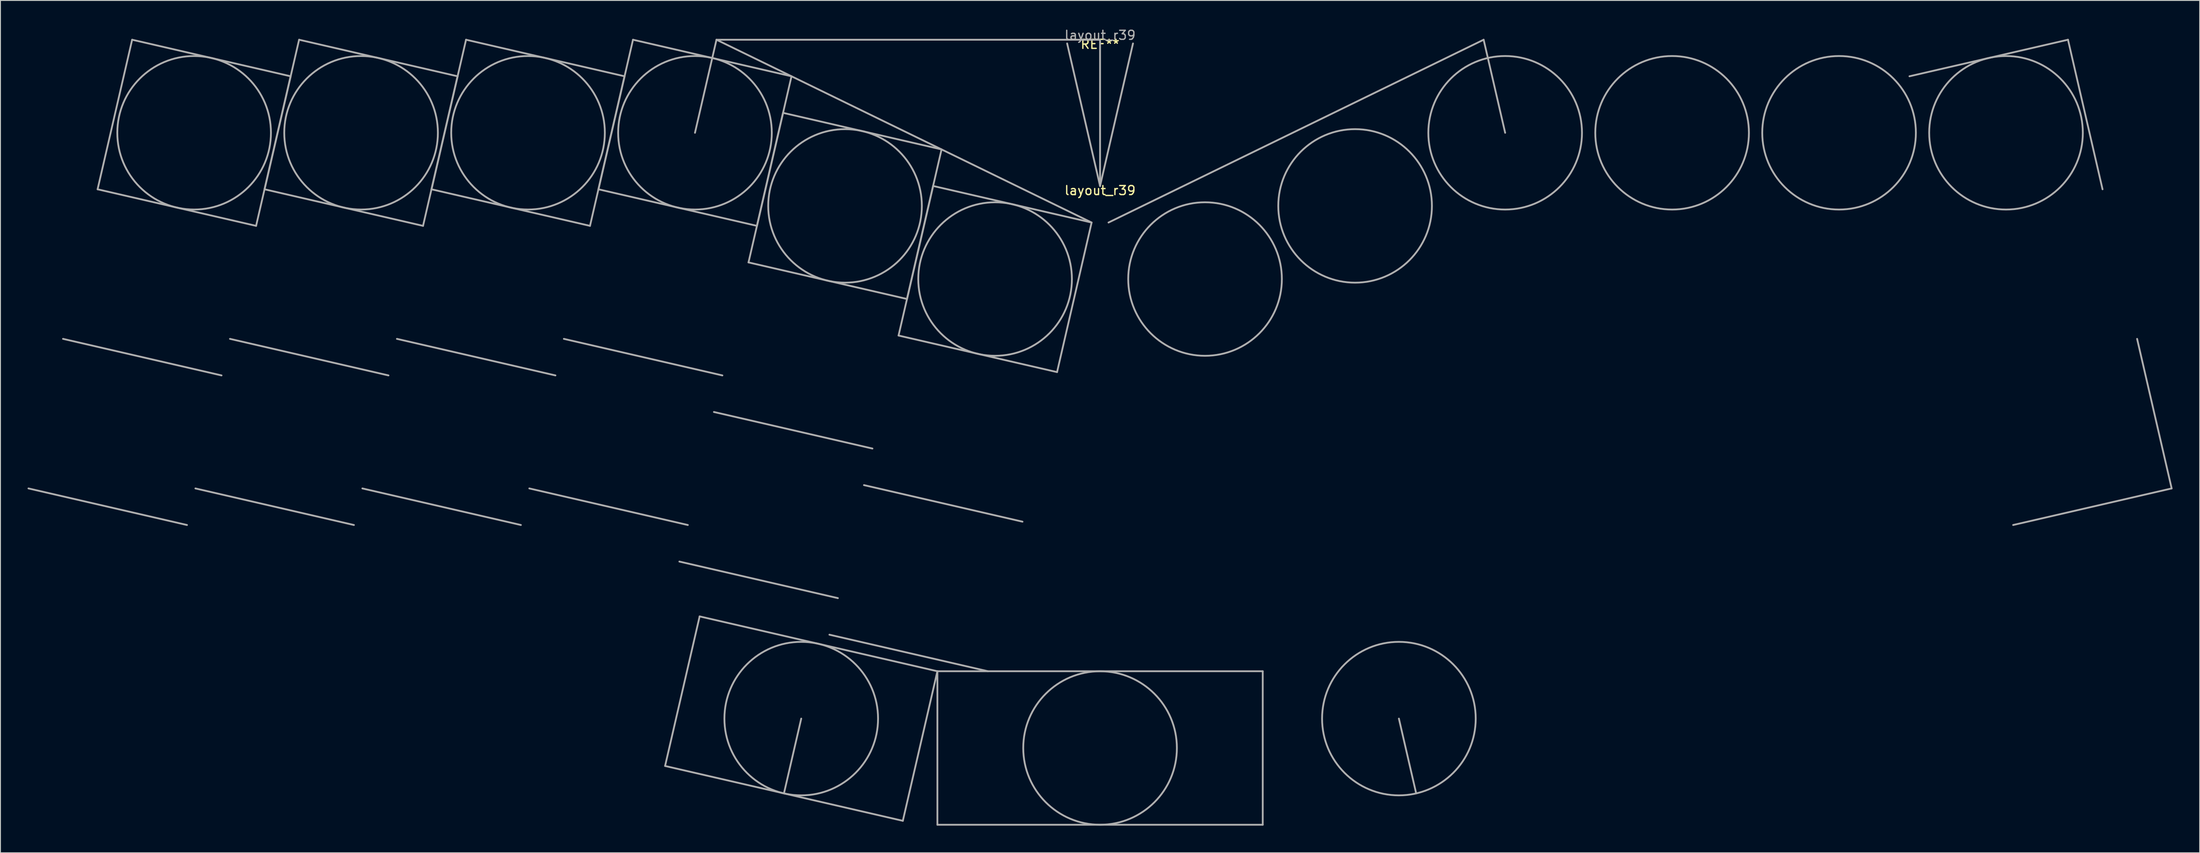
<source format=kicad_pcb>
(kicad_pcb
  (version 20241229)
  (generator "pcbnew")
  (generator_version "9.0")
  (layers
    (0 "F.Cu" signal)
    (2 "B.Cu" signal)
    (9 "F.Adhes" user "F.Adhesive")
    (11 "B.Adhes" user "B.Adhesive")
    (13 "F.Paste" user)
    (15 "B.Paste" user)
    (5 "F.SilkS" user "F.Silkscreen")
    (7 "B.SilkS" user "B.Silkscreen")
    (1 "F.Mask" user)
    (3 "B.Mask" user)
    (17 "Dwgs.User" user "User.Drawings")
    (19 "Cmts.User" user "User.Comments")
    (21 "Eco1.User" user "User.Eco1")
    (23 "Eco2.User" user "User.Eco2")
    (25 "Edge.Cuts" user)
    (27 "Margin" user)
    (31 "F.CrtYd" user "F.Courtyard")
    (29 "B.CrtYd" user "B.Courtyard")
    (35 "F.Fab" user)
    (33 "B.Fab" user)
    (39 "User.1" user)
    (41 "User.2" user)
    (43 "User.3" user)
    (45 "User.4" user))
  (footprint "layout_r39"
    (layer "F.Cu")
    (at 118.674 17.545)
    (property "Reference" "layout_r39" (at 0 0.5 0) (layer "F.SilkS") (effects (font (size 1 1) (thickness 0.15))))
    (attr through_hole)
    (fp_line (start -110.926 0.368) (end -93.387 4.417) (stroke (width 0.2) (type solid)) (layer "F.Fab"))
    (fp_line (start -107.102 -16.196) (end -110.926 0.368) (stroke (width 0.2) (type solid)) (layer "F.Fab"))
    (fp_line (start -101.035 37.546) (end -118.574 33.496) (stroke (width 0.2) (type solid)) (layer "F.Fab"))
    (fp_line (start -97.211 20.981) (end -114.75 16.932) (stroke (width 0.2) (type solid)) (layer "F.Fab"))
    (fp_line (start -93.387 4.417) (end -89.563 -12.147) (stroke (width 0.2) (type solid)) (layer "F.Fab"))
    (fp_line (start -92.452 0.368) (end -74.914 4.417) (stroke (width 0.2) (type solid)) (layer "F.Fab"))
    (fp_line (start -89.563 -12.147) (end -107.102 -16.196) (stroke (width 0.2) (type solid)) (layer "F.Fab"))
    (fp_line (start -88.628 -16.196) (end -92.452 0.368) (stroke (width 0.2) (type solid)) (layer "F.Fab"))
    (fp_line (start -82.562 37.546) (end -100.101 33.496) (stroke (width 0.2) (type solid)) (layer "F.Fab"))
    (fp_line (start -78.738 20.981) (end -96.276 16.932) (stroke (width 0.2) (type solid)) (layer "F.Fab"))
    (fp_line (start -74.914 4.417) (end -71.089 -12.147) (stroke (width 0.2) (type solid)) (layer "F.Fab"))
    (fp_line (start -73.979 0.368) (end -56.44 4.417) (stroke (width 0.2) (type solid)) (layer "F.Fab"))
    (fp_line (start -71.089 -12.147) (end -88.628 -16.196) (stroke (width 0.2) (type solid)) (layer "F.Fab"))
    (fp_line (start -70.155 -16.196) (end -73.979 0.368) (stroke (width 0.2) (type solid)) (layer "F.Fab"))
    (fp_line (start -64.088 37.546) (end -81.627 33.496) (stroke (width 0.2) (type solid)) (layer "F.Fab"))
    (fp_line (start -60.264 20.981) (end -77.803 16.932) (stroke (width 0.2) (type solid)) (layer "F.Fab"))
    (fp_line (start -56.44 4.417) (end -52.616 -12.147) (stroke (width 0.2) (type solid)) (layer "F.Fab"))
    (fp_line (start -55.505 0.368) (end -37.967 4.417) (stroke (width 0.2) (type solid)) (layer "F.Fab"))
    (fp_line (start -52.616 -12.147) (end -70.155 -16.196) (stroke (width 0.2) (type solid)) (layer "F.Fab"))
    (fp_line (start -51.681 -16.196) (end -55.505 0.368) (stroke (width 0.2) (type solid)) (layer "F.Fab"))
    (fp_line (start -48.132 64.233) (end -44.308 47.668) (stroke (width 0.2) (type solid)) (layer "F.Fab"))
    (fp_line (start -45.615 37.546) (end -63.154 33.496) (stroke (width 0.2) (type solid)) (layer "F.Fab"))
    (fp_line (start -44.308 47.668) (end -18 53.742) (stroke (width 0.2) (type solid)) (layer "F.Fab"))
    (fp_line (start -42.444 -16.196) (end -44.824 -5.89) (stroke (width 0.2) (type solid)) (layer "F.Fab"))
    (fp_line (start -42.444 -16.196) (end -0.935 4.049) (stroke (width 0.2) (type solid)) (layer "F.Fab"))
    (fp_line (start -41.791 20.981) (end -59.33 16.932) (stroke (width 0.2) (type solid)) (layer "F.Fab"))
    (fp_line (start -38.901 8.466) (end -21.363 12.515) (stroke (width 0.2) (type solid)) (layer "F.Fab"))
    (fp_line (start -37.967 4.417) (end -34.143 -12.147) (stroke (width 0.2) (type solid)) (layer "F.Fab"))
    (fp_line (start -35.077 -8.098) (end -38.901 8.466) (stroke (width 0.2) (type solid)) (layer "F.Fab"))
    (fp_line (start -34.143 -12.147) (end -51.681 -16.196) (stroke (width 0.2) (type solid)) (layer "F.Fab"))
    (fp_line (start -33.066 58.987) (end -34.978 67.269) (stroke (width 0.2) (type solid)) (layer "F.Fab"))
    (fp_line (start -29.011 45.644) (end -46.55 41.595) (stroke (width 0.2) (type solid)) (layer "F.Fab"))
    (fp_line (start -25.187 29.079) (end -42.726 25.03) (stroke (width 0.2) (type solid)) (layer "F.Fab"))
    (fp_line (start -22.298 16.564) (end -4.759 20.613) (stroke (width 0.2) (type solid)) (layer "F.Fab"))
    (fp_line (start -21.824 70.306) (end -48.132 64.233) (stroke (width 0.2) (type solid)) (layer "F.Fab"))
    (fp_line (start -21.363 12.515) (end -17.539 -4.049) (stroke (width 0.2) (type solid)) (layer "F.Fab"))
    (fp_line (start -18.473 0) (end -22.298 16.564) (stroke (width 0.2) (type solid)) (layer "F.Fab"))
    (fp_line (start -18 53.742) (end -21.824 70.306) (stroke (width 0.2) (type solid)) (layer "F.Fab"))
    (fp_line (start -18 53.742) (end 18 53.742) (stroke (width 0.2) (type solid)) (layer "F.Fab"))
    (fp_line (start -18 70.742) (end -18 53.742) (stroke (width 0.2) (type solid)) (layer "F.Fab"))
    (fp_line (start -17.539 -4.049) (end -35.077 -8.098) (stroke (width 0.2) (type solid)) (layer "F.Fab"))
    (fp_line (start -12.407 53.742) (end -29.946 49.693) (stroke (width 0.2) (type solid)) (layer "F.Fab"))
    (fp_line (start -8.583 37.178) (end -26.122 33.129) (stroke (width 0.2) (type solid)) (layer "F.Fab"))
    (fp_line (start -4.759 20.613) (end -0.935 4.049) (stroke (width 0.2) (type solid)) (layer "F.Fab"))
    (fp_line (start -0.935 4.049) (end -18.473 0) (stroke (width 0.2) (type solid)) (layer "F.Fab"))
    (fp_line (start 0 -16.196) (end -42.444 -16.196) (stroke (width 0.2) (type solid)) (layer "F.Fab"))
    (fp_line (start 0 -16.196) (end 0 0) (stroke (width 0.2) (type solid)) (layer "F.Fab"))
    (fp_line (start 0 0) (end -3.643 -15.781) (stroke (width 0.2) (type solid)) (layer "F.Fab"))
    (fp_line (start 0 0) (end 3.643 -15.781) (stroke (width 0.2) (type solid)) (layer "F.Fab"))
    (fp_line (start 18 53.742) (end 18 70.742) (stroke (width 0.2) (type solid)) (layer "F.Fab"))
    (fp_line (start 18 70.742) (end -18 70.742) (stroke (width 0.2) (type solid)) (layer "F.Fab"))
    (fp_line (start 33.066 58.987) (end 34.978 67.269) (stroke (width 0.2) (type solid)) (layer "F.Fab"))
    (fp_line (start 42.444 -16.196) (end 0.935 4.049) (stroke (width 0.2) (type solid)) (layer "F.Fab"))
    (fp_line (start 42.444 -16.196) (end 44.824 -5.89) (stroke (width 0.2) (type solid)) (layer "F.Fab"))
    (fp_line (start 101.035 37.546) (end 118.574 33.496) (stroke (width 0.2) (type solid)) (layer "F.Fab"))
    (fp_line (start 107.102 -16.196) (end 89.563 -12.147) (stroke (width 0.2) (type solid)) (layer "F.Fab"))
    (fp_line (start 110.926 0.368) (end 107.102 -16.196) (stroke (width 0.2) (type solid)) (layer "F.Fab"))
    (fp_line (start 118.574 33.496) (end 114.75 16.932) (stroke (width 0.2) (type solid)) (layer "F.Fab"))
    (fp_circle (center -100.244 -5.89) (end -91.744 -5.89) (stroke (width 0.2) (type solid)) (fill no) (layer "F.Fab"))
    (fp_circle (center -81.771 -5.89) (end -73.271 -5.89) (stroke (width 0.2) (type solid)) (fill no) (layer "F.Fab"))
    (fp_circle (center -63.297 -5.89) (end -54.797 -5.89) (stroke (width 0.2) (type solid)) (fill no) (layer "F.Fab"))
    (fp_circle (center -44.824 -5.89) (end -36.324 -5.89) (stroke (width 0.2) (type solid)) (fill no) (layer "F.Fab"))
    (fp_circle (center -33.066 58.987) (end -24.566 58.987) (stroke (width 0.2) (type solid)) (fill no) (layer "F.Fab"))
    (fp_circle (center -28.22 2.208) (end -19.72 2.208) (stroke (width 0.2) (type solid)) (fill no) (layer "F.Fab"))
    (fp_circle (center -11.616 10.307) (end -3.116 10.307) (stroke (width 0.2) (type solid)) (fill no) (layer "F.Fab"))
    (fp_circle (center 0 62.242) (end 8.5 62.242) (stroke (width 0.2) (type solid)) (fill no) (layer "F.Fab"))
    (fp_circle (center 11.616 10.307) (end 20.116 10.307) (stroke (width 0.2) (type solid)) (fill no) (layer "F.Fab"))
    (fp_circle (center 28.22 2.208) (end 36.72 2.208) (stroke (width 0.2) (type solid)) (fill no) (layer "F.Fab"))
    (fp_circle (center 33.066 58.987) (end 41.566 58.987) (stroke (width 0.2) (type solid)) (fill no) (layer "F.Fab"))
    (fp_circle (center 44.824 -5.89) (end 53.324 -5.89) (stroke (width 0.2) (type solid)) (fill no) (layer "F.Fab"))
    (fp_circle (center 63.297 -5.89) (end 71.797 -5.89) (stroke (width 0.2) (type solid)) (fill no) (layer "F.Fab"))
    (fp_circle (center 81.771 -5.89) (end 90.271 -5.89) (stroke (width 0.2) (type solid)) (fill no) (layer "F.Fab"))
    (fp_circle (center 100.244 -5.89) (end 108.744 -5.89) (stroke (width 0.2) (type solid)) (fill no) (layer "F.Fab"))
    (fp_text user "REF**" (at 0 -15.696 0) (layer "F.SilkS") (effects (font (size 1 1) (thickness 0.15))))
    (fp_text user "layout_r39" (at 0 -16.696 0) (layer "F.Fab") (effects (font (size 1 1) (thickness 0.15)))))
  (gr_rect
    (start -3 -3)
    (end 240.348 91.387)
    (stroke (width 0.1) (type default))
    (fill no)
    (layer "Edge.Cuts")))
</source>
